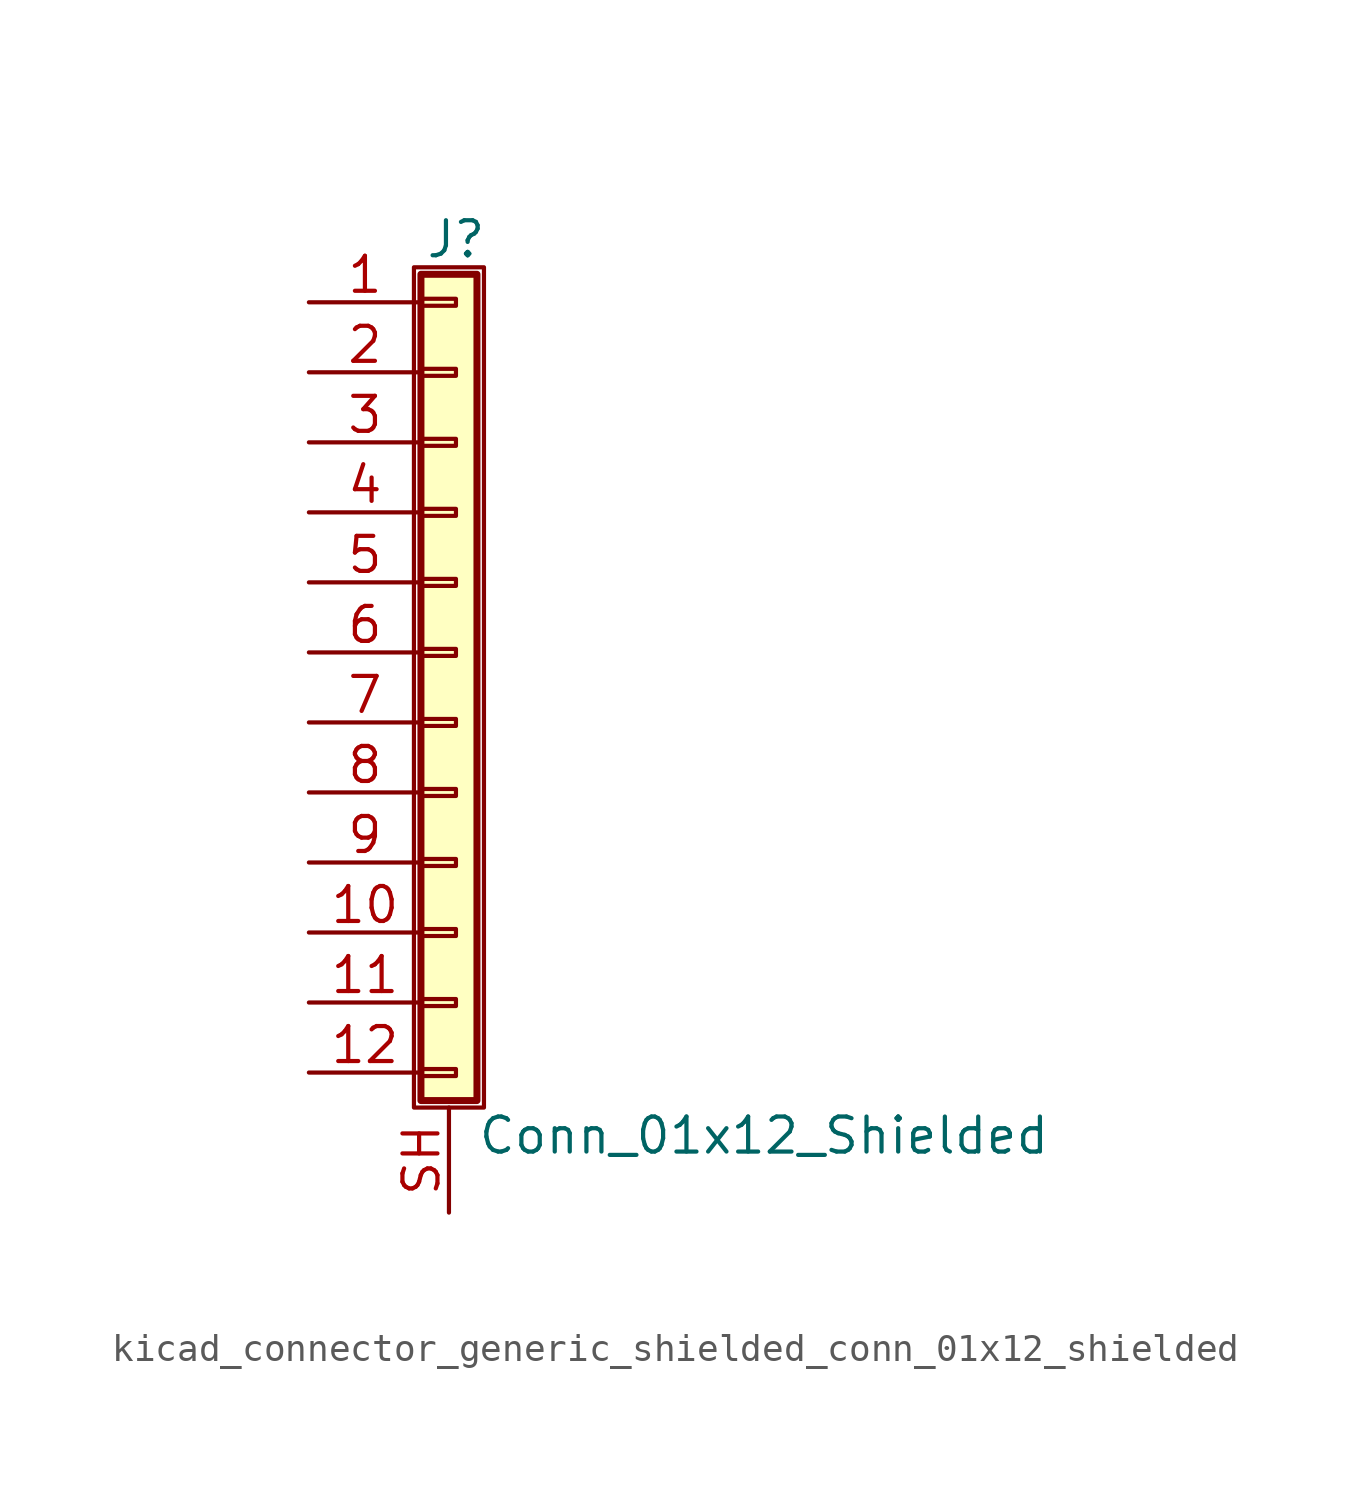
<source format=kicad_sym>
(kicad_symbol_lib
  (version 20220914)
  (generator kicad_symbol_editor)
  (symbol "kicad_connector_generic_shielded_conn_01x12_shielded"
    (pin_names
      (offset 1.016) hide)
    (property "Reference" "J"
      (at 0.254 14.986 0)
      (effects (font (size 1.27 1.27))))
    (property "Value" "Conn_01x12_Shielded"
      (at 1.016 -17.526 0)
      (effects (font (size 1.27 1.27)) (justify left)))
    (symbol "kicad_connector_generic_shielded_conn_01x12_shielded_1_1"
      (rectangle (start -1.27 13.97) (end 1.27 -16.51) (stroke (width 0.152) (type default)) (fill (type none)))
      (rectangle (start -1.016 -15.113) (end 0.254 -15.367) (stroke (width 0.152) (type default)) (fill (type none)))
      (rectangle (start -1.016 -12.573) (end 0.254 -12.827) (stroke (width 0.152) (type default)) (fill (type none)))
      (rectangle (start -1.016 -10.033) (end 0.254 -10.287) (stroke (width 0.152) (type default)) (fill (type none)))
      (rectangle (start -1.016 -7.493) (end 0.254 -7.747) (stroke (width 0.152) (type default)) (fill (type none)))
      (rectangle (start -1.016 -4.953) (end 0.254 -5.207) (stroke (width 0.152) (type default)) (fill (type none)))
      (rectangle (start -1.016 -2.413) (end 0.254 -2.667) (stroke (width 0.152) (type default)) (fill (type none)))
      (rectangle (start -1.016 0.127) (end 0.254 -0.127) (stroke (width 0.152) (type default)) (fill (type none)))
      (rectangle (start -1.016 2.667) (end 0.254 2.413) (stroke (width 0.152) (type default)) (fill (type none)))
      (rectangle (start -1.016 5.207) (end 0.254 4.953) (stroke (width 0.152) (type default)) (fill (type none)))
      (rectangle (start -1.016 7.747) (end 0.254 7.493) (stroke (width 0.152) (type default)) (fill (type none)))
      (rectangle (start -1.016 10.287) (end 0.254 10.033) (stroke (width 0.152) (type default)) (fill (type none)))
      (rectangle (start -1.016 12.827) (end 0.254 12.573) (stroke (width 0.152) (type default)) (fill (type none)))
      (rectangle (start -1.016 13.716) (end 1.016 -16.256) (stroke (width 0.254) (type default)) (fill (type background)))
      (pin passive line (at -5.08 12.7 0) (length 4.064) (name "Pin_1" (effects (font (size 1.27 1.27)))) (number "1" (effects (font (size 1.27 1.27)))))
      (pin passive line (at -5.08 -10.16 0) (length 4.064) (name "Pin_10" (effects (font (size 1.27 1.27)))) (number "10" (effects (font (size 1.27 1.27)))))
      (pin passive line (at -5.08 -12.7 0) (length 4.064) (name "Pin_11" (effects (font (size 1.27 1.27)))) (number "11" (effects (font (size 1.27 1.27)))))
      (pin passive line (at -5.08 -15.24 0) (length 4.064) (name "Pin_12" (effects (font (size 1.27 1.27)))) (number "12" (effects (font (size 1.27 1.27)))))
      (pin passive line (at -5.08 10.16 0) (length 4.064) (name "Pin_2" (effects (font (size 1.27 1.27)))) (number "2" (effects (font (size 1.27 1.27)))))
      (pin passive line (at -5.08 7.62 0) (length 4.064) (name "Pin_3" (effects (font (size 1.27 1.27)))) (number "3" (effects (font (size 1.27 1.27)))))
      (pin passive line (at -5.08 5.08 0) (length 4.064) (name "Pin_4" (effects (font (size 1.27 1.27)))) (number "4" (effects (font (size 1.27 1.27)))))
      (pin passive line (at -5.08 2.54 0) (length 4.064) (name "Pin_5" (effects (font (size 1.27 1.27)))) (number "5" (effects (font (size 1.27 1.27)))))
      (pin passive line (at -5.08 0 0) (length 4.064) (name "Pin_6" (effects (font (size 1.27 1.27)))) (number "6" (effects (font (size 1.27 1.27)))))
      (pin passive line (at -5.08 -2.54 0) (length 4.064) (name "Pin_7" (effects (font (size 1.27 1.27)))) (number "7" (effects (font (size 1.27 1.27)))))
      (pin passive line (at -5.08 -5.08 0) (length 4.064) (name "Pin_8" (effects (font (size 1.27 1.27)))) (number "8" (effects (font (size 1.27 1.27)))))
      (pin passive line (at -5.08 -7.62 0) (length 4.064) (name "Pin_9" (effects (font (size 1.27 1.27)))) (number "9" (effects (font (size 1.27 1.27)))))
      (pin passive line (at 0 -20.32 90) (length 3.81) (name "Shield" (effects (font (size 1.27 1.27)))) (number "SH" (effects (font (size 1.27 1.27))))))))
</source>
